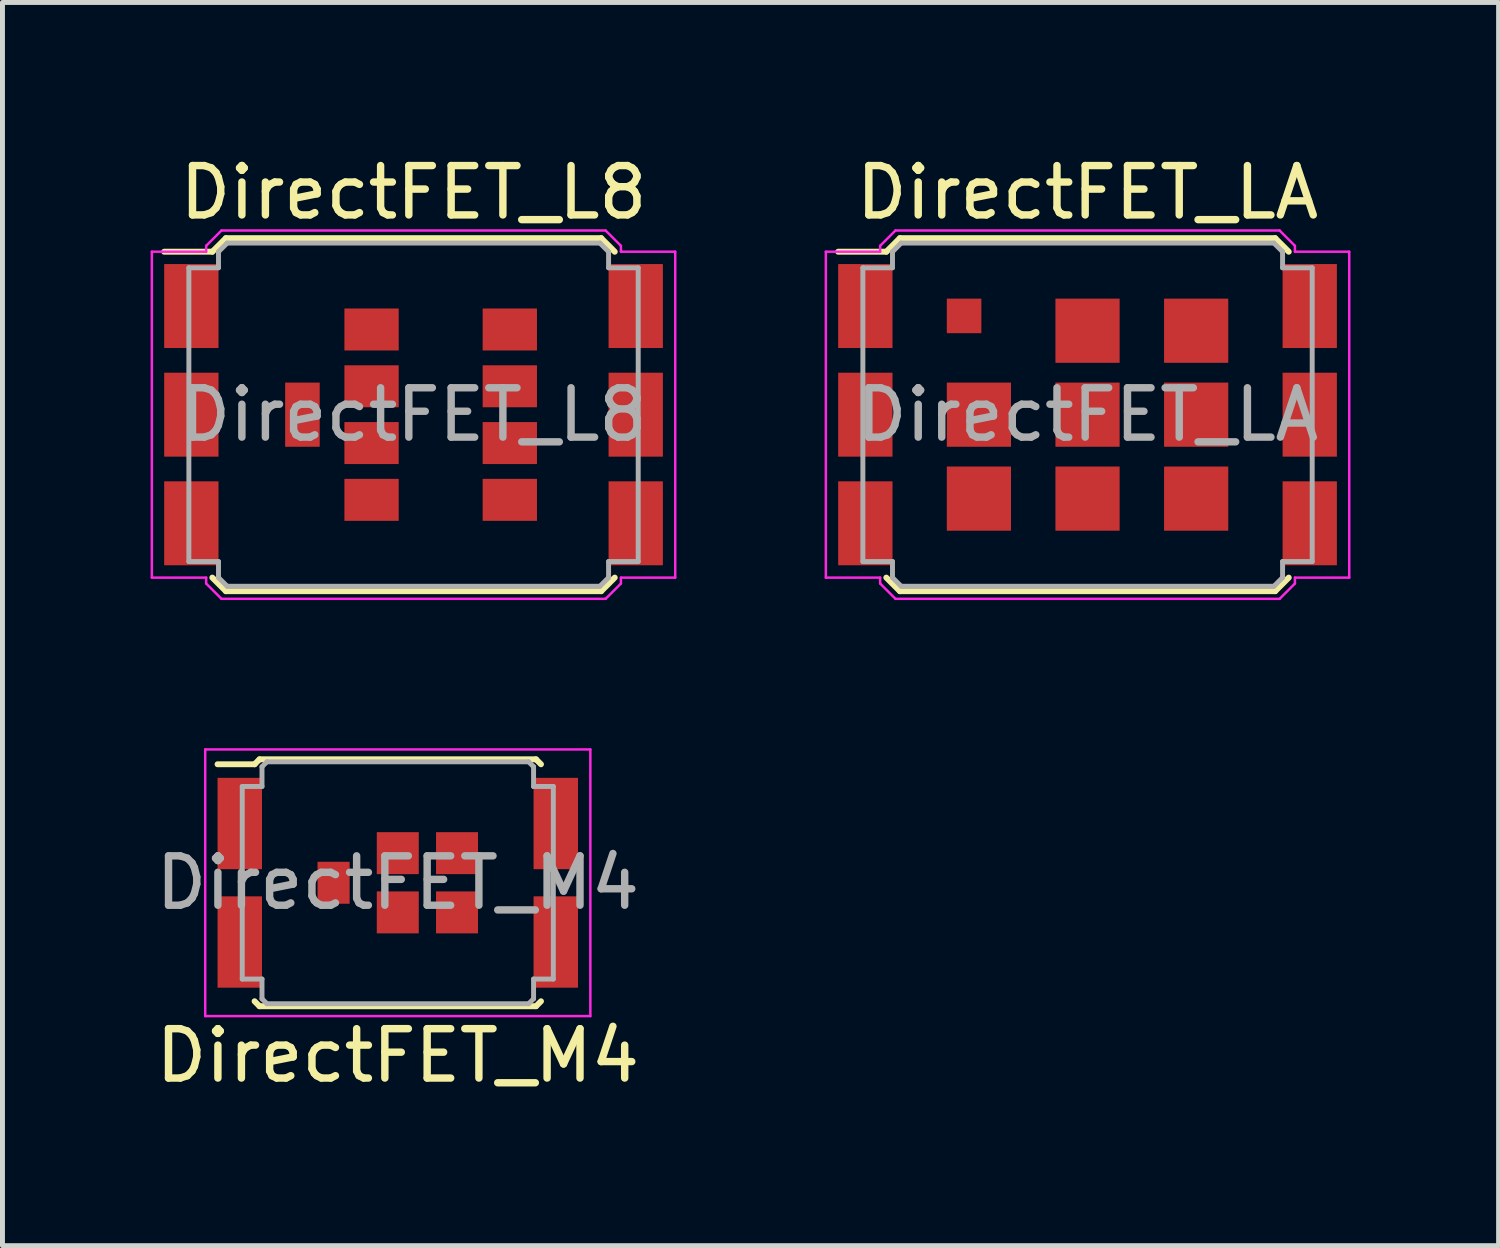
<source format=kicad_pcb>
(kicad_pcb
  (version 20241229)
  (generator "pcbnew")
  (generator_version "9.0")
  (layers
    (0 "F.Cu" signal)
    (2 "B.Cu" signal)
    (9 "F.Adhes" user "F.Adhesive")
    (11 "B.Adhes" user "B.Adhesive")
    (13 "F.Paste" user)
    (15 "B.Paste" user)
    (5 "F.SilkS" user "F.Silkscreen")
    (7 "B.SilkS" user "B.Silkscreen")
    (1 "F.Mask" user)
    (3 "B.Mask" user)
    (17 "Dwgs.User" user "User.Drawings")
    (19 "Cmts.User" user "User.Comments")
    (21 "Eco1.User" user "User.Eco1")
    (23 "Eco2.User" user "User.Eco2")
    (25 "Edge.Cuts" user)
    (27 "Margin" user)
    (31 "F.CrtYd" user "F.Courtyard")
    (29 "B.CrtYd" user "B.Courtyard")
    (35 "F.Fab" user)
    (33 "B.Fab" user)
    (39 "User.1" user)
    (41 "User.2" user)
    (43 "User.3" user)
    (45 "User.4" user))
  (footprint "DirectFET_L8"
    (layer "F.Cu")
    (at 5.325 5.348)
    (property "Reference" "DirectFET_L8" (at 0 -4.5 0) (layer "F.SilkS") (effects (font (size 1 1) (thickness 0.15))))
    (attr smd)
    (fp_line (start -5.05 -3.3) (end -4.075 -3.3) (stroke (width 0.12) (type solid)) (layer "F.SilkS"))
    (fp_line (start -4.075 -3.3) (end -3.8 -3.575) (stroke (width 0.12) (type solid)) (layer "F.SilkS"))
    (fp_line (start -4.075 3.3) (end -3.8 3.575) (stroke (width 0.12) (type solid)) (layer "F.SilkS"))
    (fp_line (start 3.8 -3.575) (end -3.8 -3.575) (stroke (width 0.12) (type solid)) (layer "F.SilkS"))
    (fp_line (start 3.8 3.575) (end -3.8 3.575) (stroke (width 0.12) (type solid)) (layer "F.SilkS"))
    (fp_line (start 4.075 -3.3) (end 3.8 -3.575) (stroke (width 0.12) (type solid)) (layer "F.SilkS"))
    (fp_line (start 4.075 3.3) (end 3.8 3.575) (stroke (width 0.12) (type solid)) (layer "F.SilkS"))
    (fp_line (start -5.3 -3.3) (end -5.3 3.3) (stroke (width 0.05) (type solid)) (layer "F.CrtYd"))
    (fp_line (start -4.2 -3.42) (end -3.89 -3.73) (stroke (width 0.05) (type solid)) (layer "F.CrtYd"))
    (fp_line (start -4.2 -3.3) (end -5.3 -3.3) (stroke (width 0.05) (type solid)) (layer "F.CrtYd"))
    (fp_line (start -4.2 -3.3) (end -4.2 -3.42) (stroke (width 0.05) (type solid)) (layer "F.CrtYd"))
    (fp_line (start -4.2 3.3) (end -5.3 3.3) (stroke (width 0.05) (type solid)) (layer "F.CrtYd"))
    (fp_line (start -4.2 3.3) (end -4.2 3.42) (stroke (width 0.05) (type solid)) (layer "F.CrtYd"))
    (fp_line (start -4.2 3.42) (end -3.89 3.73) (stroke (width 0.05) (type solid)) (layer "F.CrtYd"))
    (fp_line (start 3.89 -3.73) (end -3.89 -3.73) (stroke (width 0.05) (type solid)) (layer "F.CrtYd"))
    (fp_line (start 3.89 3.73) (end -3.89 3.73) (stroke (width 0.05) (type solid)) (layer "F.CrtYd"))
    (fp_line (start 4.2 -3.42) (end 3.89 -3.73) (stroke (width 0.05) (type solid)) (layer "F.CrtYd"))
    (fp_line (start 4.2 -3.3) (end 4.2 -3.42) (stroke (width 0.05) (type solid)) (layer "F.CrtYd"))
    (fp_line (start 4.2 -3.3) (end 5.3 -3.3) (stroke (width 0.05) (type solid)) (layer "F.CrtYd"))
    (fp_line (start 4.2 3.3) (end 4.2 3.42) (stroke (width 0.05) (type solid)) (layer "F.CrtYd"))
    (fp_line (start 4.2 3.3) (end 5.3 3.3) (stroke (width 0.05) (type solid)) (layer "F.CrtYd"))
    (fp_line (start 4.2 3.42) (end 3.89 3.73) (stroke (width 0.05) (type solid)) (layer "F.CrtYd"))
    (fp_line (start 5.3 -3.3) (end 5.3 3.3) (stroke (width 0.05) (type solid)) (layer "F.CrtYd"))
    (fp_line (start -4.55 -2.975) (end -4.55 2.975) (stroke (width 0.1) (type solid)) (layer "F.Fab"))
    (fp_line (start -4.55 -2.975) (end -3.95 -2.975) (stroke (width 0.1) (type solid)) (layer "F.Fab"))
    (fp_line (start -4.55 2.975) (end -3.95 2.975) (stroke (width 0.1) (type solid)) (layer "F.Fab"))
    (fp_line (start -3.95 -3.3) (end -3.775 -3.475) (stroke (width 0.1) (type solid)) (layer "F.Fab"))
    (fp_line (start -3.95 -2.975) (end -3.95 -3.3) (stroke (width 0.1) (type solid)) (layer "F.Fab"))
    (fp_line (start -3.95 2.975) (end -3.95 3.3) (stroke (width 0.1) (type solid)) (layer "F.Fab"))
    (fp_line (start -3.95 3.3) (end -3.775 3.475) (stroke (width 0.1) (type solid)) (layer "F.Fab"))
    (fp_line (start 3.775 -3.475) (end -3.775 -3.475) (stroke (width 0.1) (type solid)) (layer "F.Fab"))
    (fp_line (start 3.775 3.475) (end -3.775 3.475) (stroke (width 0.1) (type solid)) (layer "F.Fab"))
    (fp_line (start 3.95 -3.3) (end 3.775 -3.475) (stroke (width 0.1) (type solid)) (layer "F.Fab"))
    (fp_line (start 3.95 -2.975) (end 3.95 -3.3) (stroke (width 0.1) (type solid)) (layer "F.Fab"))
    (fp_line (start 3.95 2.975) (end 3.95 3.3) (stroke (width 0.1) (type solid)) (layer "F.Fab"))
    (fp_line (start 3.95 3.3) (end 3.775 3.475) (stroke (width 0.1) (type solid)) (layer "F.Fab"))
    (fp_line (start 4.55 -2.975) (end 3.95 -2.975) (stroke (width 0.1) (type solid)) (layer "F.Fab"))
    (fp_line (start 4.55 -2.975) (end 4.55 2.975) (stroke (width 0.1) (type solid)) (layer "F.Fab"))
    (fp_line (start 4.55 2.975) (end 3.95 2.975) (stroke (width 0.1) (type solid)) (layer "F.Fab"))
    (fp_text user "${REFERENCE}" (at 0 0 0) (layer "F.Fab") (effects (font (size 1 1) (thickness 0.15))))
    (pad "1" smd rect (at -4.5 -2.2) (size 1.1 1.7) (layers "F.Cu" "F.Mask" "F.Paste"))
    (pad "1" smd rect (at -4.5 0) (size 1.1 1.7) (layers "F.Cu" "F.Mask" "F.Paste"))
    (pad "1" smd rect (at -4.5 2.2) (size 1.1 1.7) (layers "F.Cu" "F.Mask" "F.Paste"))
    (pad "1" smd rect (at 4.5 -2.2) (size 1.1 1.7) (layers "F.Cu" "F.Mask" "F.Paste"))
    (pad "1" smd rect (at 4.5 0) (size 1.1 1.7) (layers "F.Cu" "F.Mask" "F.Paste"))
    (pad "1" smd rect (at 4.5 2.2) (size 1.1 1.7) (layers "F.Cu" "F.Mask" "F.Paste"))
    (pad "2" smd rect (at -2.25 0) (size 0.7 1.3) (layers "F.Cu" "F.Mask" "F.Paste"))
    (pad "3" smd rect (at -0.85 -1.725) (size 1.1 0.85) (layers "F.Cu" "F.Mask" "F.Paste"))
    (pad "3" smd rect (at -0.85 -0.575) (size 1.1 0.85) (layers "F.Cu" "F.Mask" "F.Paste"))
    (pad "3" smd rect (at -0.85 0.575) (size 1.1 0.85) (layers "F.Cu" "F.Mask" "F.Paste"))
    (pad "3" smd rect (at -0.85 1.725) (size 1.1 0.85) (layers "F.Cu" "F.Mask" "F.Paste"))
    (pad "3" smd rect (at 1.95 -1.725) (size 1.1 0.85) (layers "F.Cu" "F.Mask" "F.Paste"))
    (pad "3" smd rect (at 1.95 -0.575) (size 1.1 0.85) (layers "F.Cu" "F.Mask" "F.Paste"))
    (pad "3" smd rect (at 1.95 0.575) (size 1.1 0.85) (layers "F.Cu" "F.Mask" "F.Paste"))
    (pad "3" smd rect (at 1.95 1.725) (size 1.1 0.85) (layers "F.Cu" "F.Mask" "F.Paste")))
  (footprint "DirectFET_M4"
    (layer "F.Cu")
    (at 5.006 14.828)
    (property "Reference" "DirectFET_M4" (at 0 3.5 0) (layer "F.SilkS") (effects (font (size 1 1) (thickness 0.15))))
    (attr smd)
    (fp_line (start -3.65 -2.4) (end -2.9 -2.4) (stroke (width 0.12) (type solid)) (layer "F.SilkS"))
    (fp_line (start -2.9 -2.4) (end -2.8 -2.5) (stroke (width 0.12) (type solid)) (layer "F.SilkS"))
    (fp_line (start -2.8 -2.5) (end 2.8 -2.5) (stroke (width 0.12) (type solid)) (layer "F.SilkS"))
    (fp_line (start -2.8 2.5) (end -2.9 2.4) (stroke (width 0.12) (type solid)) (layer "F.SilkS"))
    (fp_line (start 2.8 -2.5) (end 2.9 -2.4) (stroke (width 0.12) (type solid)) (layer "F.SilkS"))
    (fp_line (start 2.8 2.5) (end -2.8 2.5) (stroke (width 0.12) (type solid)) (layer "F.SilkS"))
    (fp_line (start 2.9 2.4) (end 2.8 2.5) (stroke (width 0.12) (type solid)) (layer "F.SilkS"))
    (fp_line (start -3.9 -2.7) (end -3.9 2.7) (stroke (width 0.05) (type solid)) (layer "F.CrtYd"))
    (fp_line (start -3.9 2.7) (end 3.9 2.7) (stroke (width 0.05) (type solid)) (layer "F.CrtYd"))
    (fp_line (start 3.9 -2.7) (end -3.9 -2.7) (stroke (width 0.05) (type solid)) (layer "F.CrtYd"))
    (fp_line (start 3.9 2.7) (end 3.9 -2.7) (stroke (width 0.05) (type solid)) (layer "F.CrtYd"))
    (fp_line (start -3.15 -1.95) (end -2.75 -1.95) (stroke (width 0.1) (type solid)) (layer "F.Fab"))
    (fp_line (start -3.15 1.95) (end -3.15 -1.95) (stroke (width 0.1) (type solid)) (layer "F.Fab"))
    (fp_line (start -3.15 1.95) (end -2.75 1.95) (stroke (width 0.1) (type solid)) (layer "F.Fab"))
    (fp_line (start -2.75 -2.35) (end -2.65 -2.45) (stroke (width 0.1) (type solid)) (layer "F.Fab"))
    (fp_line (start -2.75 -1.95) (end -2.75 -2.35) (stroke (width 0.1) (type solid)) (layer "F.Fab"))
    (fp_line (start -2.75 1.95) (end -2.75 2.35) (stroke (width 0.1) (type solid)) (layer "F.Fab"))
    (fp_line (start -2.75 2.35) (end -2.65 2.45) (stroke (width 0.1) (type solid)) (layer "F.Fab"))
    (fp_line (start -2.65 2.45) (end 2.65 2.45) (stroke (width 0.1) (type solid)) (layer "F.Fab"))
    (fp_line (start 2.65 -2.45) (end -2.65 -2.45) (stroke (width 0.1) (type solid)) (layer "F.Fab"))
    (fp_line (start 2.65 -2.45) (end 2.75 -2.35) (stroke (width 0.1) (type solid)) (layer "F.Fab"))
    (fp_line (start 2.75 -2.35) (end 2.75 -1.95) (stroke (width 0.1) (type solid)) (layer "F.Fab"))
    (fp_line (start 2.75 -1.95) (end 3.15 -1.95) (stroke (width 0.1) (type solid)) (layer "F.Fab"))
    (fp_line (start 2.75 1.95) (end 2.75 2.35) (stroke (width 0.1) (type solid)) (layer "F.Fab"))
    (fp_line (start 2.75 2.35) (end 2.65 2.45) (stroke (width 0.1) (type solid)) (layer "F.Fab"))
    (fp_line (start 3.15 -1.95) (end 3.15 1.95) (stroke (width 0.1) (type solid)) (layer "F.Fab"))
    (fp_line (start 3.15 1.95) (end 2.75 1.95) (stroke (width 0.1) (type solid)) (layer "F.Fab"))
    (fp_text user "${REFERENCE}" (at 0 0 0) (layer "F.Fab") (effects (font (size 1 1) (thickness 0.15))))
    (pad "1" smd rect (at -3.2 -1.2) (size 0.9 1.85) (layers "F.Cu" "F.Mask" "F.Paste"))
    (pad "1" smd rect (at -3.2 1.2) (size 0.9 1.85) (layers "F.Cu" "F.Mask" "F.Paste"))
    (pad "1" smd rect (at 3.2 -1.2) (size 0.9 1.85) (layers "F.Cu" "F.Mask" "F.Paste"))
    (pad "1" smd rect (at 3.2 1.2) (size 0.9 1.85) (layers "F.Cu" "F.Mask" "F.Paste"))
    (pad "2" smd rect (at -1.3 0) (size 0.65 0.85) (layers "F.Cu" "F.Mask" "F.Paste"))
    (pad "3" smd rect (at 0 -0.6) (size 0.85 0.85) (layers "F.Cu" "F.Mask" "F.Paste"))
    (pad "3" smd rect (at 0 0.6) (size 0.85 0.85) (layers "F.Cu" "F.Mask" "F.Paste"))
    (pad "3" smd rect (at 1.2 -0.6) (size 0.85 0.85) (layers "F.Cu" "F.Mask" "F.Paste"))
    (pad "3" smd rect (at 1.2 0.6) (size 0.85 0.85) (layers "F.Cu" "F.Mask" "F.Paste")))
  (footprint "DirectFET_LA"
    (layer "F.Cu")
    (at 18.975 5.348)
    (property "Reference" "DirectFET_LA" (at 0 -4.5 0) (layer "F.SilkS") (effects (font (size 1 1) (thickness 0.15))))
    (attr smd)
    (fp_line (start -5.05 -3.3) (end -4.075 -3.3) (stroke (width 0.12) (type solid)) (layer "F.SilkS"))
    (fp_line (start -4.075 -3.3) (end -3.8 -3.575) (stroke (width 0.12) (type solid)) (layer "F.SilkS"))
    (fp_line (start -4.075 3.3) (end -3.8 3.575) (stroke (width 0.12) (type solid)) (layer "F.SilkS"))
    (fp_line (start 3.8 -3.575) (end -3.8 -3.575) (stroke (width 0.12) (type solid)) (layer "F.SilkS"))
    (fp_line (start 3.8 3.575) (end -3.8 3.575) (stroke (width 0.12) (type solid)) (layer "F.SilkS"))
    (fp_line (start 4.075 -3.3) (end 3.8 -3.575) (stroke (width 0.12) (type solid)) (layer "F.SilkS"))
    (fp_line (start 4.075 3.3) (end 3.8 3.575) (stroke (width 0.12) (type solid)) (layer "F.SilkS"))
    (fp_line (start -5.3 -3.3) (end -5.3 3.3) (stroke (width 0.05) (type solid)) (layer "F.CrtYd"))
    (fp_line (start -4.2 -3.42) (end -3.89 -3.73) (stroke (width 0.05) (type solid)) (layer "F.CrtYd"))
    (fp_line (start -4.2 -3.3) (end -5.3 -3.3) (stroke (width 0.05) (type solid)) (layer "F.CrtYd"))
    (fp_line (start -4.2 -3.3) (end -4.2 -3.42) (stroke (width 0.05) (type solid)) (layer "F.CrtYd"))
    (fp_line (start -4.2 3.3) (end -5.3 3.3) (stroke (width 0.05) (type solid)) (layer "F.CrtYd"))
    (fp_line (start -4.2 3.3) (end -4.2 3.42) (stroke (width 0.05) (type solid)) (layer "F.CrtYd"))
    (fp_line (start -4.2 3.42) (end -3.89 3.73) (stroke (width 0.05) (type solid)) (layer "F.CrtYd"))
    (fp_line (start 3.89 -3.73) (end -3.89 -3.73) (stroke (width 0.05) (type solid)) (layer "F.CrtYd"))
    (fp_line (start 3.89 3.73) (end -3.89 3.73) (stroke (width 0.05) (type solid)) (layer "F.CrtYd"))
    (fp_line (start 4.2 -3.42) (end 3.89 -3.73) (stroke (width 0.05) (type solid)) (layer "F.CrtYd"))
    (fp_line (start 4.2 -3.3) (end 4.2 -3.42) (stroke (width 0.05) (type solid)) (layer "F.CrtYd"))
    (fp_line (start 4.2 -3.3) (end 5.3 -3.3) (stroke (width 0.05) (type solid)) (layer "F.CrtYd"))
    (fp_line (start 4.2 3.3) (end 4.2 3.42) (stroke (width 0.05) (type solid)) (layer "F.CrtYd"))
    (fp_line (start 4.2 3.3) (end 5.3 3.3) (stroke (width 0.05) (type solid)) (layer "F.CrtYd"))
    (fp_line (start 4.2 3.42) (end 3.89 3.73) (stroke (width 0.05) (type solid)) (layer "F.CrtYd"))
    (fp_line (start 5.3 -3.3) (end 5.3 3.3) (stroke (width 0.05) (type solid)) (layer "F.CrtYd"))
    (fp_line (start -4.55 -2.975) (end -4.55 2.975) (stroke (width 0.1) (type solid)) (layer "F.Fab"))
    (fp_line (start -4.55 -2.975) (end -3.95 -2.975) (stroke (width 0.1) (type solid)) (layer "F.Fab"))
    (fp_line (start -4.55 2.975) (end -3.95 2.975) (stroke (width 0.1) (type solid)) (layer "F.Fab"))
    (fp_line (start -3.95 -3.3) (end -3.775 -3.475) (stroke (width 0.1) (type solid)) (layer "F.Fab"))
    (fp_line (start -3.95 -2.975) (end -3.95 -3.3) (stroke (width 0.1) (type solid)) (layer "F.Fab"))
    (fp_line (start -3.95 2.975) (end -3.95 3.3) (stroke (width 0.1) (type solid)) (layer "F.Fab"))
    (fp_line (start -3.95 3.3) (end -3.775 3.475) (stroke (width 0.1) (type solid)) (layer "F.Fab"))
    (fp_line (start 3.775 -3.475) (end -3.775 -3.475) (stroke (width 0.1) (type solid)) (layer "F.Fab"))
    (fp_line (start 3.775 3.475) (end -3.775 3.475) (stroke (width 0.1) (type solid)) (layer "F.Fab"))
    (fp_line (start 3.95 -3.3) (end 3.775 -3.475) (stroke (width 0.1) (type solid)) (layer "F.Fab"))
    (fp_line (start 3.95 -2.975) (end 3.95 -3.3) (stroke (width 0.1) (type solid)) (layer "F.Fab"))
    (fp_line (start 3.95 2.975) (end 3.95 3.3) (stroke (width 0.1) (type solid)) (layer "F.Fab"))
    (fp_line (start 3.95 3.3) (end 3.775 3.475) (stroke (width 0.1) (type solid)) (layer "F.Fab"))
    (fp_line (start 4.55 -2.975) (end 3.95 -2.975) (stroke (width 0.1) (type solid)) (layer "F.Fab"))
    (fp_line (start 4.55 -2.975) (end 4.55 2.975) (stroke (width 0.1) (type solid)) (layer "F.Fab"))
    (fp_line (start 4.55 2.975) (end 3.95 2.975) (stroke (width 0.1) (type solid)) (layer "F.Fab"))
    (fp_text user "${REFERENCE}" (at 0 0 0) (layer "F.Fab") (effects (font (size 1 1) (thickness 0.15))))
    (pad "1" smd rect (at -4.5 -2.2) (size 1.1 1.7) (layers "F.Cu" "F.Mask" "F.Paste"))
    (pad "1" smd rect (at -4.5 0) (size 1.1 1.7) (layers "F.Cu" "F.Mask" "F.Paste"))
    (pad "1" smd rect (at -4.5 2.2) (size 1.1 1.7) (layers "F.Cu" "F.Mask" "F.Paste"))
    (pad "1" smd rect (at 4.5 -2.2) (size 1.1 1.7) (layers "F.Cu" "F.Mask" "F.Paste"))
    (pad "1" smd rect (at 4.5 0) (size 1.1 1.7) (layers "F.Cu" "F.Mask" "F.Paste"))
    (pad "1" smd rect (at 4.5 2.2) (size 1.1 1.7) (layers "F.Cu" "F.Mask" "F.Paste"))
    (pad "2" smd rect (at -2.5 -2) (size 0.7 0.7) (layers "F.Cu" "F.Mask" "F.Paste"))
    (pad "3" smd rect (at -2.2 0) (size 1.3 1.3) (layers "F.Cu" "F.Mask" "F.Paste"))
    (pad "3" smd rect (at -2.2 1.7) (size 1.3 1.3) (layers "F.Cu" "F.Mask" "F.Paste"))
    (pad "3" smd rect (at 0 -1.7) (size 1.3 1.3) (layers "F.Cu" "F.Mask" "F.Paste"))
    (pad "3" smd rect (at 0 0) (size 1.3 1.3) (layers "F.Cu" "F.Mask" "F.Paste"))
    (pad "3" smd rect (at 0 1.7) (size 1.3 1.3) (layers "F.Cu" "F.Mask" "F.Paste"))
    (pad "3" smd rect (at 2.2 -1.7) (size 1.3 1.3) (layers "F.Cu" "F.Mask" "F.Paste"))
    (pad "3" smd rect (at 2.2 0) (size 1.3 1.3) (layers "F.Cu" "F.Mask" "F.Paste"))
    (pad "3" smd rect (at 2.2 1.7) (size 1.3 1.3) (layers "F.Cu" "F.Mask" "F.Paste")))
  (gr_rect
    (start -3 -3)
    (end 27.3 22.177)
    (stroke (width 0.1) (type default))
    (fill no)
    (layer "Edge.Cuts")))
</source>
